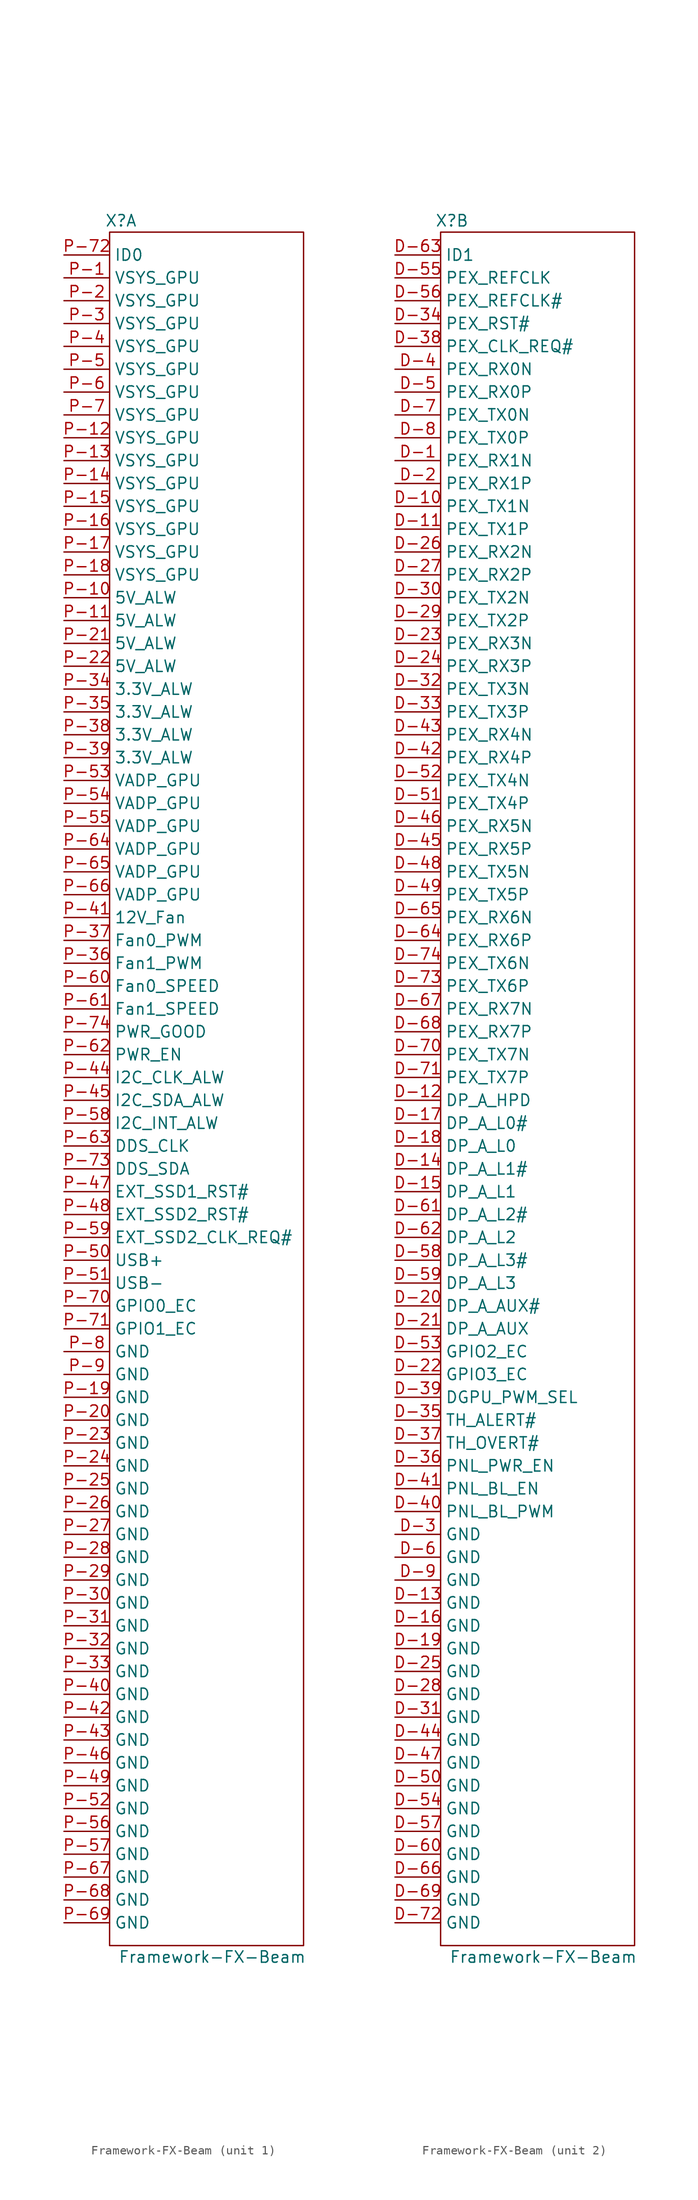
<source format=kicad_sym>
(kicad_symbol_lib
  (version 20231120)
  (generator "kicad_symbol_editor")
  (generator_version "8.0")
  (symbol "Framework-FX-Beam"
    (property "Reference" "X"
      (at -10.16 96.52 0)
      (effects (font (size 1.27 1.27))))
    (property "Value" "Framework-FX-Beam"
      (at 0 -96.52 0)
      (effects (font (size 1.27 1.27))))
    (property "ki_locked" ""
      (at 0 0 0)
      (effects (font (size 1.27 1.27))))
    (symbol "Framework-FX-Beam_1_1"
      (rectangle (start -11.43 95.25) (end 10.16 -95.25) (stroke (width 0) (type default)) (fill (type none)))
      (pin power_out line (at -16.51 90.17 0) (length 5.08) (name "VSYS_GPU" (effects (font (size 1.27 1.27)))) (number "P-1" (effects (font (size 1.27 1.27)))))
      (pin power_out line (at -16.51 54.61 0) (length 5.08) (name "5V_ALW" (effects (font (size 1.27 1.27)))) (number "P-10" (effects (font (size 1.27 1.27)))))
      (pin power_out line (at -16.51 52.07 0) (length 5.08) (name "5V_ALW" (effects (font (size 1.27 1.27)))) (number "P-11" (effects (font (size 1.27 1.27)))))
      (pin power_out line (at -16.51 72.39 0) (length 5.08) (name "VSYS_GPU" (effects (font (size 1.27 1.27)))) (number "P-12" (effects (font (size 1.27 1.27)))))
      (pin power_out line (at -16.51 69.85 0) (length 5.08) (name "VSYS_GPU" (effects (font (size 1.27 1.27)))) (number "P-13" (effects (font (size 1.27 1.27)))))
      (pin power_out line (at -16.51 67.31 0) (length 5.08) (name "VSYS_GPU" (effects (font (size 1.27 1.27)))) (number "P-14" (effects (font (size 1.27 1.27)))))
      (pin power_out line (at -16.51 64.77 0) (length 5.08) (name "VSYS_GPU" (effects (font (size 1.27 1.27)))) (number "P-15" (effects (font (size 1.27 1.27)))))
      (pin power_out line (at -16.51 62.23 0) (length 5.08) (name "VSYS_GPU" (effects (font (size 1.27 1.27)))) (number "P-16" (effects (font (size 1.27 1.27)))))
      (pin power_out line (at -16.51 59.69 0) (length 5.08) (name "VSYS_GPU" (effects (font (size 1.27 1.27)))) (number "P-17" (effects (font (size 1.27 1.27)))))
      (pin power_out line (at -16.51 57.15 0) (length 5.08) (name "VSYS_GPU" (effects (font (size 1.27 1.27)))) (number "P-18" (effects (font (size 1.27 1.27)))))
      (pin power_out line (at -16.51 -34.29 0) (length 5.08) (name "GND" (effects (font (size 1.27 1.27)))) (number "P-19" (effects (font (size 1.27 1.27)))))
      (pin power_out line (at -16.51 87.63 0) (length 5.08) (name "VSYS_GPU" (effects (font (size 1.27 1.27)))) (number "P-2" (effects (font (size 1.27 1.27)))))
      (pin power_out line (at -16.51 -36.83 0) (length 5.08) (name "GND" (effects (font (size 1.27 1.27)))) (number "P-20" (effects (font (size 1.27 1.27)))))
      (pin power_out line (at -16.51 49.53 0) (length 5.08) (name "5V_ALW" (effects (font (size 1.27 1.27)))) (number "P-21" (effects (font (size 1.27 1.27)))))
      (pin power_out line (at -16.51 46.99 0) (length 5.08) (name "5V_ALW" (effects (font (size 1.27 1.27)))) (number "P-22" (effects (font (size 1.27 1.27)))))
      (pin power_out line (at -16.51 -39.37 0) (length 5.08) (name "GND" (effects (font (size 1.27 1.27)))) (number "P-23" (effects (font (size 1.27 1.27)))))
      (pin power_out line (at -16.51 -41.91 0) (length 5.08) (name "GND" (effects (font (size 1.27 1.27)))) (number "P-24" (effects (font (size 1.27 1.27)))))
      (pin power_out line (at -16.51 -44.45 0) (length 5.08) (name "GND" (effects (font (size 1.27 1.27)))) (number "P-25" (effects (font (size 1.27 1.27)))))
      (pin power_out line (at -16.51 -46.99 0) (length 5.08) (name "GND" (effects (font (size 1.27 1.27)))) (number "P-26" (effects (font (size 1.27 1.27)))))
      (pin power_out line (at -16.51 -49.53 0) (length 5.08) (name "GND" (effects (font (size 1.27 1.27)))) (number "P-27" (effects (font (size 1.27 1.27)))))
      (pin power_out line (at -16.51 -52.07 0) (length 5.08) (name "GND" (effects (font (size 1.27 1.27)))) (number "P-28" (effects (font (size 1.27 1.27)))))
      (pin power_out line (at -16.51 -54.61 0) (length 5.08) (name "GND" (effects (font (size 1.27 1.27)))) (number "P-29" (effects (font (size 1.27 1.27)))))
      (pin power_out line (at -16.51 85.09 0) (length 5.08) (name "VSYS_GPU" (effects (font (size 1.27 1.27)))) (number "P-3" (effects (font (size 1.27 1.27)))))
      (pin power_out line (at -16.51 -57.15 0) (length 5.08) (name "GND" (effects (font (size 1.27 1.27)))) (number "P-30" (effects (font (size 1.27 1.27)))))
      (pin power_out line (at -16.51 -59.69 0) (length 5.08) (name "GND" (effects (font (size 1.27 1.27)))) (number "P-31" (effects (font (size 1.27 1.27)))))
      (pin power_out line (at -16.51 -62.23 0) (length 5.08) (name "GND" (effects (font (size 1.27 1.27)))) (number "P-32" (effects (font (size 1.27 1.27)))))
      (pin power_out line (at -16.51 -64.77 0) (length 5.08) (name "GND" (effects (font (size 1.27 1.27)))) (number "P-33" (effects (font (size 1.27 1.27)))))
      (pin power_out line (at -16.51 44.45 0) (length 5.08) (name "3.3V_ALW" (effects (font (size 1.27 1.27)))) (number "P-34" (effects (font (size 1.27 1.27)))))
      (pin power_out line (at -16.51 41.91 0) (length 5.08) (name "3.3V_ALW" (effects (font (size 1.27 1.27)))) (number "P-35" (effects (font (size 1.27 1.27)))))
      (pin output line (at -16.51 13.97 0) (length 5.08) (name "Fan1_PWM" (effects (font (size 1.27 1.27)))) (number "P-36" (effects (font (size 1.27 1.27)))))
      (pin output line (at -16.51 16.51 0) (length 5.08) (name "Fan0_PWM" (effects (font (size 1.27 1.27)))) (number "P-37" (effects (font (size 1.27 1.27)))))
      (pin power_out line (at -16.51 39.37 0) (length 5.08) (name "3.3V_ALW" (effects (font (size 1.27 1.27)))) (number "P-38" (effects (font (size 1.27 1.27)))))
      (pin power_out line (at -16.51 36.83 0) (length 5.08) (name "3.3V_ALW" (effects (font (size 1.27 1.27)))) (number "P-39" (effects (font (size 1.27 1.27)))))
      (pin power_out line (at -16.51 82.55 0) (length 5.08) (name "VSYS_GPU" (effects (font (size 1.27 1.27)))) (number "P-4" (effects (font (size 1.27 1.27)))))
      (pin power_out line (at -16.51 -67.31 0) (length 5.08) (name "GND" (effects (font (size 1.27 1.27)))) (number "P-40" (effects (font (size 1.27 1.27)))))
      (pin power_out line (at -16.51 19.05 0) (length 5.08) (name "12V_Fan" (effects (font (size 1.27 1.27)))) (number "P-41" (effects (font (size 1.27 1.27)))))
      (pin power_out line (at -16.51 -69.85 0) (length 5.08) (name "GND" (effects (font (size 1.27 1.27)))) (number "P-42" (effects (font (size 1.27 1.27)))))
      (pin power_out line (at -16.51 -72.39 0) (length 5.08) (name "GND" (effects (font (size 1.27 1.27)))) (number "P-43" (effects (font (size 1.27 1.27)))))
      (pin bidirectional line (at -16.51 1.27 0) (length 5.08) (name "I2C_CLK_ALW" (effects (font (size 1.27 1.27)))) (number "P-44" (effects (font (size 1.27 1.27)))))
      (pin bidirectional line (at -16.51 -1.27 0) (length 5.08) (name "I2C_SDA_ALW" (effects (font (size 1.27 1.27)))) (number "P-45" (effects (font (size 1.27 1.27)))))
      (pin power_out line (at -16.51 -74.93 0) (length 5.08) (name "GND" (effects (font (size 1.27 1.27)))) (number "P-46" (effects (font (size 1.27 1.27)))))
      (pin output line (at -16.51 -11.43 0) (length 5.08) (name "EXT_SSD1_RST#" (effects (font (size 1.27 1.27)))) (number "P-47" (effects (font (size 1.27 1.27)))))
      (pin output line (at -16.51 -13.97 0) (length 5.08) (name "EXT_SSD2_RST#" (effects (font (size 1.27 1.27)))) (number "P-48" (effects (font (size 1.27 1.27)))))
      (pin power_out line (at -16.51 -77.47 0) (length 5.08) (name "GND" (effects (font (size 1.27 1.27)))) (number "P-49" (effects (font (size 1.27 1.27)))))
      (pin power_out line (at -16.51 80.01 0) (length 5.08) (name "VSYS_GPU" (effects (font (size 1.27 1.27)))) (number "P-5" (effects (font (size 1.27 1.27)))))
      (pin bidirectional line (at -16.51 -19.05 0) (length 5.08) (name "USB+" (effects (font (size 1.27 1.27)))) (number "P-50" (effects (font (size 1.27 1.27)))))
      (pin bidirectional line (at -16.51 -21.59 0) (length 5.08) (name "USB-" (effects (font (size 1.27 1.27)))) (number "P-51" (effects (font (size 1.27 1.27)))))
      (pin power_out line (at -16.51 -80.01 0) (length 5.08) (name "GND" (effects (font (size 1.27 1.27)))) (number "P-52" (effects (font (size 1.27 1.27)))))
      (pin power_in line (at -16.51 34.29 0) (length 5.08) (name "VADP_GPU" (effects (font (size 1.27 1.27)))) (number "P-53" (effects (font (size 1.27 1.27)))))
      (pin power_in line (at -16.51 31.75 0) (length 5.08) (name "VADP_GPU" (effects (font (size 1.27 1.27)))) (number "P-54" (effects (font (size 1.27 1.27)))))
      (pin power_in line (at -16.51 29.21 0) (length 5.08) (name "VADP_GPU" (effects (font (size 1.27 1.27)))) (number "P-55" (effects (font (size 1.27 1.27)))))
      (pin power_out line (at -16.51 -82.55 0) (length 5.08) (name "GND" (effects (font (size 1.27 1.27)))) (number "P-56" (effects (font (size 1.27 1.27)))))
      (pin power_out line (at -16.51 -85.09 0) (length 5.08) (name "GND" (effects (font (size 1.27 1.27)))) (number "P-57" (effects (font (size 1.27 1.27)))))
      (pin bidirectional line (at -16.51 -3.81 0) (length 5.08) (name "I2C_INT_ALW" (effects (font (size 1.27 1.27)))) (number "P-58" (effects (font (size 1.27 1.27)))))
      (pin bidirectional line (at -16.51 -16.51 0) (length 5.08) (name "EXT_SSD2_CLK_REQ#" (effects (font (size 1.27 1.27)))) (number "P-59" (effects (font (size 1.27 1.27)))))
      (pin power_out line (at -16.51 77.47 0) (length 5.08) (name "VSYS_GPU" (effects (font (size 1.27 1.27)))) (number "P-6" (effects (font (size 1.27 1.27)))))
      (pin bidirectional line (at -16.51 11.43 0) (length 5.08) (name "Fan0_SPEED" (effects (font (size 1.27 1.27)))) (number "P-60" (effects (font (size 1.27 1.27)))))
      (pin bidirectional line (at -16.51 8.89 0) (length 5.08) (name "Fan1_SPEED" (effects (font (size 1.27 1.27)))) (number "P-61" (effects (font (size 1.27 1.27)))))
      (pin bidirectional line (at -16.51 3.81 0) (length 5.08) (name "PWR_EN" (effects (font (size 1.27 1.27)))) (number "P-62" (effects (font (size 1.27 1.27)))))
      (pin bidirectional line (at -16.51 -6.35 0) (length 5.08) (name "DDS_CLK" (effects (font (size 1.27 1.27)))) (number "P-63" (effects (font (size 1.27 1.27)))))
      (pin power_in line (at -16.51 26.67 0) (length 5.08) (name "VADP_GPU" (effects (font (size 1.27 1.27)))) (number "P-64" (effects (font (size 1.27 1.27)))))
      (pin power_in line (at -16.51 24.13 0) (length 5.08) (name "VADP_GPU" (effects (font (size 1.27 1.27)))) (number "P-65" (effects (font (size 1.27 1.27)))))
      (pin power_in line (at -16.51 21.59 0) (length 5.08) (name "VADP_GPU" (effects (font (size 1.27 1.27)))) (number "P-66" (effects (font (size 1.27 1.27)))))
      (pin power_out line (at -16.51 -87.63 0) (length 5.08) (name "GND" (effects (font (size 1.27 1.27)))) (number "P-67" (effects (font (size 1.27 1.27)))))
      (pin power_out line (at -16.51 -90.17 0) (length 5.08) (name "GND" (effects (font (size 1.27 1.27)))) (number "P-68" (effects (font (size 1.27 1.27)))))
      (pin power_out line (at -16.51 -92.71 0) (length 5.08) (name "GND" (effects (font (size 1.27 1.27)))) (number "P-69" (effects (font (size 1.27 1.27)))))
      (pin power_out line (at -16.51 74.93 0) (length 5.08) (name "VSYS_GPU" (effects (font (size 1.27 1.27)))) (number "P-7" (effects (font (size 1.27 1.27)))))
      (pin bidirectional line (at -16.51 -24.13 0) (length 5.08) (name "GPIO0_EC" (effects (font (size 1.27 1.27)))) (number "P-70" (effects (font (size 1.27 1.27)))))
      (pin bidirectional line (at -16.51 -26.67 0) (length 5.08) (name "GPIO1_EC" (effects (font (size 1.27 1.27)))) (number "P-71" (effects (font (size 1.27 1.27)))))
      (pin bidirectional line (at -16.51 92.71 0) (length 5.08) (name "ID0" (effects (font (size 1.27 1.27)))) (number "P-72" (effects (font (size 1.27 1.27)))))
      (pin bidirectional line (at -16.51 -8.89 0) (length 5.08) (name "DDS_SDA" (effects (font (size 1.27 1.27)))) (number "P-73" (effects (font (size 1.27 1.27)))))
      (pin bidirectional line (at -16.51 6.35 0) (length 5.08) (name "PWR_GOOD" (effects (font (size 1.27 1.27)))) (number "P-74" (effects (font (size 1.27 1.27)))))
      (pin power_out line (at -16.51 -29.21 0) (length 5.08) (name "GND" (effects (font (size 1.27 1.27)))) (number "P-8" (effects (font (size 1.27 1.27)))))
      (pin power_out line (at -16.51 -31.75 0) (length 5.08) (name "GND" (effects (font (size 1.27 1.27)))) (number "P-9" (effects (font (size 1.27 1.27))))))
    (symbol "Framework-FX-Beam_2_1"
      (rectangle (start -11.43 95.25) (end 10.16 -95.25) (stroke (width 0) (type default)) (fill (type none)))
      (pin bidirectional line (at -16.51 69.85 0) (length 5.08) (name "PEX_RX1N" (effects (font (size 1.27 1.27)))) (number "D-1" (effects (font (size 1.27 1.27)))))
      (pin bidirectional line (at -16.51 64.77 0) (length 5.08) (name "PEX_TX1N" (effects (font (size 1.27 1.27)))) (number "D-10" (effects (font (size 1.27 1.27)))))
      (pin bidirectional line (at -16.51 62.23 0) (length 5.08) (name "PEX_TX1P" (effects (font (size 1.27 1.27)))) (number "D-11" (effects (font (size 1.27 1.27)))))
      (pin bidirectional line (at -16.51 -1.27 0) (length 5.08) (name "DP_A_HPD" (effects (font (size 1.27 1.27)))) (number "D-12" (effects (font (size 1.27 1.27)))))
      (pin power_out line (at -16.51 -57.15 0) (length 5.08) (name "GND" (effects (font (size 1.27 1.27)))) (number "D-13" (effects (font (size 1.27 1.27)))))
      (pin bidirectional line (at -16.51 -8.89 0) (length 5.08) (name "DP_A_L1#" (effects (font (size 1.27 1.27)))) (number "D-14" (effects (font (size 1.27 1.27)))))
      (pin bidirectional line (at -16.51 -11.43 0) (length 5.08) (name "DP_A_L1" (effects (font (size 1.27 1.27)))) (number "D-15" (effects (font (size 1.27 1.27)))))
      (pin power_out line (at -16.51 -59.69 0) (length 5.08) (name "GND" (effects (font (size 1.27 1.27)))) (number "D-16" (effects (font (size 1.27 1.27)))))
      (pin bidirectional line (at -16.51 -3.81 0) (length 5.08) (name "DP_A_L0#" (effects (font (size 1.27 1.27)))) (number "D-17" (effects (font (size 1.27 1.27)))))
      (pin bidirectional line (at -16.51 -6.35 0) (length 5.08) (name "DP_A_L0" (effects (font (size 1.27 1.27)))) (number "D-18" (effects (font (size 1.27 1.27)))))
      (pin power_out line (at -16.51 -62.23 0) (length 5.08) (name "GND" (effects (font (size 1.27 1.27)))) (number "D-19" (effects (font (size 1.27 1.27)))))
      (pin bidirectional line (at -16.51 67.31 0) (length 5.08) (name "PEX_RX1P" (effects (font (size 1.27 1.27)))) (number "D-2" (effects (font (size 1.27 1.27)))))
      (pin bidirectional line (at -16.51 -24.13 0) (length 5.08) (name "DP_A_AUX#" (effects (font (size 1.27 1.27)))) (number "D-20" (effects (font (size 1.27 1.27)))))
      (pin bidirectional line (at -16.51 -26.67 0) (length 5.08) (name "DP_A_AUX" (effects (font (size 1.27 1.27)))) (number "D-21" (effects (font (size 1.27 1.27)))))
      (pin bidirectional line (at -16.51 -31.75 0) (length 5.08) (name "GPIO3_EC" (effects (font (size 1.27 1.27)))) (number "D-22" (effects (font (size 1.27 1.27)))))
      (pin bidirectional line (at -16.51 49.53 0) (length 5.08) (name "PEX_RX3N" (effects (font (size 1.27 1.27)))) (number "D-23" (effects (font (size 1.27 1.27)))))
      (pin bidirectional line (at -16.51 46.99 0) (length 5.08) (name "PEX_RX3P" (effects (font (size 1.27 1.27)))) (number "D-24" (effects (font (size 1.27 1.27)))))
      (pin power_out line (at -16.51 -64.77 0) (length 5.08) (name "GND" (effects (font (size 1.27 1.27)))) (number "D-25" (effects (font (size 1.27 1.27)))))
      (pin bidirectional line (at -16.51 59.69 0) (length 5.08) (name "PEX_RX2N" (effects (font (size 1.27 1.27)))) (number "D-26" (effects (font (size 1.27 1.27)))))
      (pin bidirectional line (at -16.51 57.15 0) (length 5.08) (name "PEX_RX2P" (effects (font (size 1.27 1.27)))) (number "D-27" (effects (font (size 1.27 1.27)))))
      (pin power_out line (at -16.51 -67.31 0) (length 5.08) (name "GND" (effects (font (size 1.27 1.27)))) (number "D-28" (effects (font (size 1.27 1.27)))))
      (pin bidirectional line (at -16.51 52.07 0) (length 5.08) (name "PEX_TX2P" (effects (font (size 1.27 1.27)))) (number "D-29" (effects (font (size 1.27 1.27)))))
      (pin power_out line (at -16.51 -49.53 0) (length 5.08) (name "GND" (effects (font (size 1.27 1.27)))) (number "D-3" (effects (font (size 1.27 1.27)))))
      (pin bidirectional line (at -16.51 54.61 0) (length 5.08) (name "PEX_TX2N" (effects (font (size 1.27 1.27)))) (number "D-30" (effects (font (size 1.27 1.27)))))
      (pin power_out line (at -16.51 -69.85 0) (length 5.08) (name "GND" (effects (font (size 1.27 1.27)))) (number "D-31" (effects (font (size 1.27 1.27)))))
      (pin bidirectional line (at -16.51 44.45 0) (length 5.08) (name "PEX_TX3N" (effects (font (size 1.27 1.27)))) (number "D-32" (effects (font (size 1.27 1.27)))))
      (pin bidirectional line (at -16.51 41.91 0) (length 5.08) (name "PEX_TX3P" (effects (font (size 1.27 1.27)))) (number "D-33" (effects (font (size 1.27 1.27)))))
      (pin bidirectional line (at -16.51 85.09 0) (length 5.08) (name "PEX_RST#" (effects (font (size 1.27 1.27)))) (number "D-34" (effects (font (size 1.27 1.27)))))
      (pin bidirectional line (at -16.51 -36.83 0) (length 5.08) (name "TH_ALERT#" (effects (font (size 1.27 1.27)))) (number "D-35" (effects (font (size 1.27 1.27)))))
      (pin bidirectional line (at -16.51 -41.91 0) (length 5.08) (name "PNL_PWR_EN" (effects (font (size 1.27 1.27)))) (number "D-36" (effects (font (size 1.27 1.27)))))
      (pin bidirectional line (at -16.51 -39.37 0) (length 5.08) (name "TH_OVERT#" (effects (font (size 1.27 1.27)))) (number "D-37" (effects (font (size 1.27 1.27)))))
      (pin bidirectional line (at -16.51 82.55 0) (length 5.08) (name "PEX_CLK_REQ#" (effects (font (size 1.27 1.27)))) (number "D-38" (effects (font (size 1.27 1.27)))))
      (pin bidirectional line (at -16.51 -34.29 0) (length 5.08) (name "DGPU_PWM_SEL" (effects (font (size 1.27 1.27)))) (number "D-39" (effects (font (size 1.27 1.27)))))
      (pin bidirectional line (at -16.51 80.01 0) (length 5.08) (name "PEX_RX0N" (effects (font (size 1.27 1.27)))) (number "D-4" (effects (font (size 1.27 1.27)))))
      (pin bidirectional line (at -16.51 -46.99 0) (length 5.08) (name "PNL_BL_PWM" (effects (font (size 1.27 1.27)))) (number "D-40" (effects (font (size 1.27 1.27)))))
      (pin bidirectional line (at -16.51 -44.45 0) (length 5.08) (name "PNL_BL_EN" (effects (font (size 1.27 1.27)))) (number "D-41" (effects (font (size 1.27 1.27)))))
      (pin bidirectional line (at -16.51 36.83 0) (length 5.08) (name "PEX_RX4P" (effects (font (size 1.27 1.27)))) (number "D-42" (effects (font (size 1.27 1.27)))))
      (pin bidirectional line (at -16.51 39.37 0) (length 5.08) (name "PEX_RX4N" (effects (font (size 1.27 1.27)))) (number "D-43" (effects (font (size 1.27 1.27)))))
      (pin power_out line (at -16.51 -72.39 0) (length 5.08) (name "GND" (effects (font (size 1.27 1.27)))) (number "D-44" (effects (font (size 1.27 1.27)))))
      (pin bidirectional line (at -16.51 26.67 0) (length 5.08) (name "PEX_RX5P" (effects (font (size 1.27 1.27)))) (number "D-45" (effects (font (size 1.27 1.27)))))
      (pin bidirectional line (at -16.51 29.21 0) (length 5.08) (name "PEX_RX5N" (effects (font (size 1.27 1.27)))) (number "D-46" (effects (font (size 1.27 1.27)))))
      (pin power_out line (at -16.51 -74.93 0) (length 5.08) (name "GND" (effects (font (size 1.27 1.27)))) (number "D-47" (effects (font (size 1.27 1.27)))))
      (pin bidirectional line (at -16.51 24.13 0) (length 5.08) (name "PEX_TX5N" (effects (font (size 1.27 1.27)))) (number "D-48" (effects (font (size 1.27 1.27)))))
      (pin bidirectional line (at -16.51 21.59 0) (length 5.08) (name "PEX_TX5P" (effects (font (size 1.27 1.27)))) (number "D-49" (effects (font (size 1.27 1.27)))))
      (pin bidirectional line (at -16.51 77.47 0) (length 5.08) (name "PEX_RX0P" (effects (font (size 1.27 1.27)))) (number "D-5" (effects (font (size 1.27 1.27)))))
      (pin power_out line (at -16.51 -77.47 0) (length 5.08) (name "GND" (effects (font (size 1.27 1.27)))) (number "D-50" (effects (font (size 1.27 1.27)))))
      (pin bidirectional line (at -16.51 31.75 0) (length 5.08) (name "PEX_TX4P" (effects (font (size 1.27 1.27)))) (number "D-51" (effects (font (size 1.27 1.27)))))
      (pin bidirectional line (at -16.51 34.29 0) (length 5.08) (name "PEX_TX4N" (effects (font (size 1.27 1.27)))) (number "D-52" (effects (font (size 1.27 1.27)))))
      (pin bidirectional line (at -16.51 -29.21 0) (length 5.08) (name "GPIO2_EC" (effects (font (size 1.27 1.27)))) (number "D-53" (effects (font (size 1.27 1.27)))))
      (pin power_out line (at -16.51 -80.01 0) (length 5.08) (name "GND" (effects (font (size 1.27 1.27)))) (number "D-54" (effects (font (size 1.27 1.27)))))
      (pin bidirectional line (at -16.51 90.17 0) (length 5.08) (name "PEX_REFCLK" (effects (font (size 1.27 1.27)))) (number "D-55" (effects (font (size 1.27 1.27)))))
      (pin bidirectional line (at -16.51 87.63 0) (length 5.08) (name "PEX_REFCLK#" (effects (font (size 1.27 1.27)))) (number "D-56" (effects (font (size 1.27 1.27)))))
      (pin power_out line (at -16.51 -82.55 0) (length 5.08) (name "GND" (effects (font (size 1.27 1.27)))) (number "D-57" (effects (font (size 1.27 1.27)))))
      (pin bidirectional line (at -16.51 -19.05 0) (length 5.08) (name "DP_A_L3#" (effects (font (size 1.27 1.27)))) (number "D-58" (effects (font (size 1.27 1.27)))))
      (pin bidirectional line (at -16.51 -21.59 0) (length 5.08) (name "DP_A_L3" (effects (font (size 1.27 1.27)))) (number "D-59" (effects (font (size 1.27 1.27)))))
      (pin power_out line (at -16.51 -52.07 0) (length 5.08) (name "GND" (effects (font (size 1.27 1.27)))) (number "D-6" (effects (font (size 1.27 1.27)))))
      (pin power_out line (at -16.51 -85.09 0) (length 5.08) (name "GND" (effects (font (size 1.27 1.27)))) (number "D-60" (effects (font (size 1.27 1.27)))))
      (pin bidirectional line (at -16.51 -13.97 0) (length 5.08) (name "DP_A_L2#" (effects (font (size 1.27 1.27)))) (number "D-61" (effects (font (size 1.27 1.27)))))
      (pin bidirectional line (at -16.51 -16.51 0) (length 5.08) (name "DP_A_L2" (effects (font (size 1.27 1.27)))) (number "D-62" (effects (font (size 1.27 1.27)))))
      (pin bidirectional line (at -16.51 92.71 0) (length 5.08) (name "ID1" (effects (font (size 1.27 1.27)))) (number "D-63" (effects (font (size 1.27 1.27)))))
      (pin bidirectional line (at -16.51 16.51 0) (length 5.08) (name "PEX_RX6P" (effects (font (size 1.27 1.27)))) (number "D-64" (effects (font (size 1.27 1.27)))))
      (pin bidirectional line (at -16.51 19.05 0) (length 5.08) (name "PEX_RX6N" (effects (font (size 1.27 1.27)))) (number "D-65" (effects (font (size 1.27 1.27)))))
      (pin power_out line (at -16.51 -87.63 0) (length 5.08) (name "GND" (effects (font (size 1.27 1.27)))) (number "D-66" (effects (font (size 1.27 1.27)))))
      (pin bidirectional line (at -16.51 8.89 0) (length 5.08) (name "PEX_RX7N" (effects (font (size 1.27 1.27)))) (number "D-67" (effects (font (size 1.27 1.27)))))
      (pin bidirectional line (at -16.51 6.35 0) (length 5.08) (name "PEX_RX7P" (effects (font (size 1.27 1.27)))) (number "D-68" (effects (font (size 1.27 1.27)))))
      (pin power_out line (at -16.51 -90.17 0) (length 5.08) (name "GND" (effects (font (size 1.27 1.27)))) (number "D-69" (effects (font (size 1.27 1.27)))))
      (pin bidirectional line (at -16.51 74.93 0) (length 5.08) (name "PEX_TX0N" (effects (font (size 1.27 1.27)))) (number "D-7" (effects (font (size 1.27 1.27)))))
      (pin bidirectional line (at -16.51 3.81 0) (length 5.08) (name "PEX_TX7N" (effects (font (size 1.27 1.27)))) (number "D-70" (effects (font (size 1.27 1.27)))))
      (pin bidirectional line (at -16.51 1.27 0) (length 5.08) (name "PEX_TX7P" (effects (font (size 1.27 1.27)))) (number "D-71" (effects (font (size 1.27 1.27)))))
      (pin power_out line (at -16.51 -92.71 0) (length 5.08) (name "GND" (effects (font (size 1.27 1.27)))) (number "D-72" (effects (font (size 1.27 1.27)))))
      (pin bidirectional line (at -16.51 11.43 0) (length 5.08) (name "PEX_TX6P" (effects (font (size 1.27 1.27)))) (number "D-73" (effects (font (size 1.27 1.27)))))
      (pin bidirectional line (at -16.51 13.97 0) (length 5.08) (name "PEX_TX6N" (effects (font (size 1.27 1.27)))) (number "D-74" (effects (font (size 1.27 1.27)))))
      (pin bidirectional line (at -16.51 72.39 0) (length 5.08) (name "PEX_TX0P" (effects (font (size 1.27 1.27)))) (number "D-8" (effects (font (size 1.27 1.27)))))
      (pin power_out line (at -16.51 -54.61 0) (length 5.08) (name "GND" (effects (font (size 1.27 1.27)))) (number "D-9" (effects (font (size 1.27 1.27))))))))
</source>
